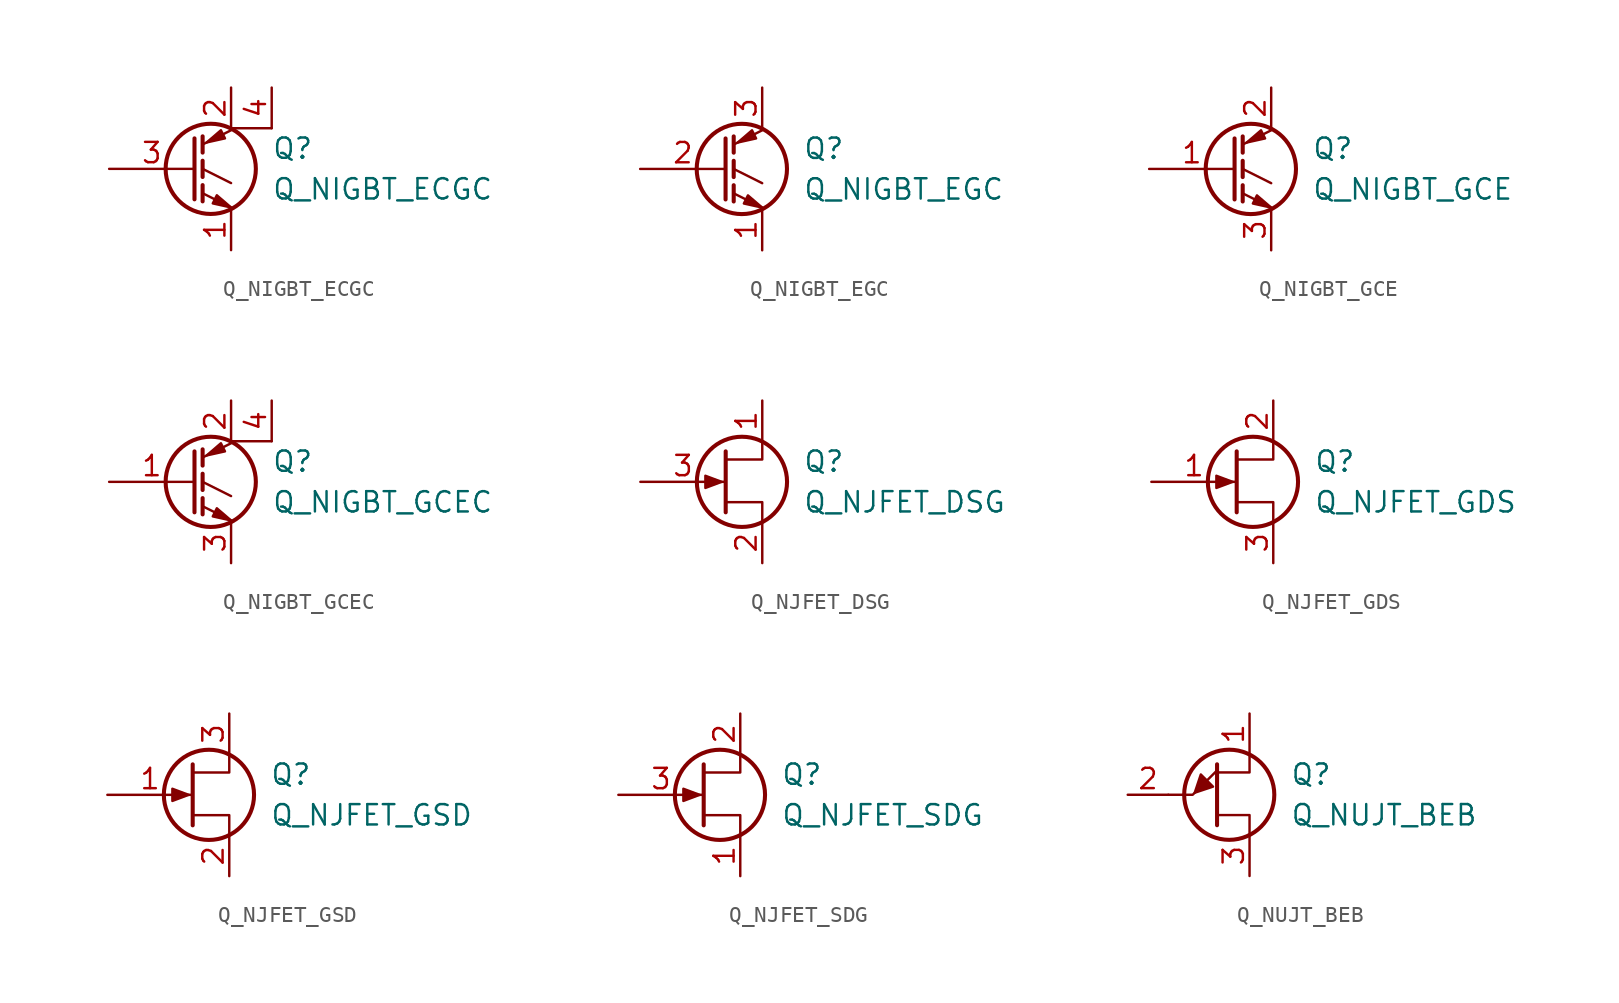
<source format=kicad_sym>
(kicad_symbol_lib
  (version 20241209)
  (generator "kicad_symbol_editor")
  (generator_version "9.0")
  (symbol "Q_NIGBT_ECGC"
    (pin_names
      (offset 0)
      (hide yes))
    (property "Reference" "Q"
      (at 5.08 1.27 0)
      (effects (font (size 1.27 1.27)) (justify left)))
    (property "Value" "Q_NIGBT_ECGC"
      (at 5.08 -1.27 0)
      (effects (font (size 1.27 1.27)) (justify left)))
    (symbol "Q_NIGBT_ECGC_0_1"
      (polyline (pts (xy 0.254 1.905) (xy 0.254 -1.905) (xy 0.254 -1.905)) (stroke (width 0.254) (type default)) (fill (type none)))
      (polyline (pts (xy 0.762 2.032) (xy 0.762 1.016)) (stroke (width 0.254) (type default)) (fill (type none)))
      (polyline (pts (xy 0.762 0.508) (xy 0.762 -0.508)) (stroke (width 0.254) (type default)) (fill (type none)))
      (polyline (pts (xy 0.762 -1.016) (xy 0.762 -2.032)) (stroke (width 0.254) (type default)) (fill (type none)))
      (circle (center 1.27 0) (radius 2.819) (stroke (width 0.254) (type default)) (fill (type none)))
      (polyline (pts (xy 1.397 -2.159) (xy 1.651 -1.651) (xy 2.54 -2.413) (xy 1.397 -2.159)) (stroke (width 0) (type default)) (fill (type outline)))
      (polyline (pts (xy 2.159 1.905) (xy 1.905 2.413) (xy 1.016 1.651) (xy 2.159 1.905)) (stroke (width 0) (type default)) (fill (type outline)))
      (polyline (pts (xy 2.54 2.54) (xy 5.08 2.54)) (stroke (width 0) (type default)) (fill (type none)))
      (polyline (pts (xy 2.54 2.413) (xy 0.762 1.524)) (stroke (width 0) (type default)) (fill (type none)))
      (polyline (pts (xy 2.54 -0.889) (xy 0.762 0)) (stroke (width 0) (type default)) (fill (type none)))
      (polyline (pts (xy 2.54 -2.413) (xy 0.762 -1.524)) (stroke (width 0) (type default)) (fill (type none))))
    (symbol "Q_NIGBT_ECGC_1_1"
      (pin input line (at -5.08 0 0) (length 5.334) (name "G" (effects (font (size 1.27 1.27)))) (number "3" (effects (font (size 1.27 1.27)))))
      (pin passive line (at 2.54 5.08 270) (length 2.54) (name "C" (effects (font (size 1.27 1.27)))) (number "2" (effects (font (size 1.27 1.27)))))
      (pin passive line (at 2.54 -5.08 90) (length 2.54) (name "E" (effects (font (size 1.27 1.27)))) (number "1" (effects (font (size 1.27 1.27)))))
      (pin passive line (at 5.08 5.08 270) (length 2.54) (name "C" (effects (font (size 1.27 1.27)))) (number "4" (effects (font (size 1.27 1.27)))))))
  (symbol "Q_NIGBT_EGC"
    (pin_names
      (offset 0)
      (hide yes))
    (property "Reference" "Q"
      (at 5.08 1.27 0)
      (effects (font (size 1.27 1.27)) (justify left)))
    (property "Value" "Q_NIGBT_EGC"
      (at 5.08 -1.27 0)
      (effects (font (size 1.27 1.27)) (justify left)))
    (symbol "Q_NIGBT_EGC_0_1"
      (polyline (pts (xy 0.254 1.905) (xy 0.254 -1.905) (xy 0.254 -1.905)) (stroke (width 0.254) (type default)) (fill (type none)))
      (polyline (pts (xy 0.762 2.032) (xy 0.762 1.016)) (stroke (width 0.254) (type default)) (fill (type none)))
      (polyline (pts (xy 0.762 0.508) (xy 0.762 -0.508)) (stroke (width 0.254) (type default)) (fill (type none)))
      (polyline (pts (xy 0.762 -1.016) (xy 0.762 -2.032)) (stroke (width 0.254) (type default)) (fill (type none)))
      (circle (center 1.27 0) (radius 2.819) (stroke (width 0.254) (type default)) (fill (type none)))
      (polyline (pts (xy 1.397 -2.159) (xy 1.651 -1.651) (xy 2.54 -2.413) (xy 1.397 -2.159)) (stroke (width 0) (type default)) (fill (type outline)))
      (polyline (pts (xy 2.159 1.905) (xy 1.905 2.413) (xy 1.016 1.651) (xy 2.159 1.905)) (stroke (width 0) (type default)) (fill (type outline)))
      (polyline (pts (xy 2.54 2.413) (xy 0.762 1.524)) (stroke (width 0) (type default)) (fill (type none)))
      (polyline (pts (xy 2.54 -0.889) (xy 0.762 0)) (stroke (width 0) (type default)) (fill (type none)))
      (polyline (pts (xy 2.54 -2.413) (xy 0.762 -1.524)) (stroke (width 0) (type default)) (fill (type none))))
    (symbol "Q_NIGBT_EGC_1_1"
      (pin input line (at -5.08 0 0) (length 5.334) (name "G" (effects (font (size 1.27 1.27)))) (number "2" (effects (font (size 1.27 1.27)))))
      (pin passive line (at 2.54 5.08 270) (length 2.54) (name "C" (effects (font (size 1.27 1.27)))) (number "3" (effects (font (size 1.27 1.27)))))
      (pin passive line (at 2.54 -5.08 90) (length 2.54) (name "E" (effects (font (size 1.27 1.27)))) (number "1" (effects (font (size 1.27 1.27)))))))
  (symbol "Q_NIGBT_GCE"
    (pin_names
      (offset 0)
      (hide yes))
    (property "Reference" "Q"
      (at 5.08 1.27 0)
      (effects (font (size 1.27 1.27)) (justify left)))
    (property "Value" "Q_NIGBT_GCE"
      (at 5.08 -1.27 0)
      (effects (font (size 1.27 1.27)) (justify left)))
    (symbol "Q_NIGBT_GCE_0_1"
      (polyline (pts (xy 0.254 1.905) (xy 0.254 -1.905) (xy 0.254 -1.905)) (stroke (width 0.254) (type default)) (fill (type none)))
      (polyline (pts (xy 0.762 2.032) (xy 0.762 1.016)) (stroke (width 0.254) (type default)) (fill (type none)))
      (polyline (pts (xy 0.762 0.508) (xy 0.762 -0.508)) (stroke (width 0.254) (type default)) (fill (type none)))
      (polyline (pts (xy 0.762 -1.016) (xy 0.762 -2.032)) (stroke (width 0.254) (type default)) (fill (type none)))
      (circle (center 1.27 0) (radius 2.819) (stroke (width 0.254) (type default)) (fill (type none)))
      (polyline (pts (xy 1.397 -2.159) (xy 1.651 -1.651) (xy 2.54 -2.413) (xy 1.397 -2.159)) (stroke (width 0) (type default)) (fill (type outline)))
      (polyline (pts (xy 2.159 1.905) (xy 1.905 2.413) (xy 1.016 1.651) (xy 2.159 1.905)) (stroke (width 0) (type default)) (fill (type outline)))
      (polyline (pts (xy 2.54 2.413) (xy 0.762 1.524)) (stroke (width 0) (type default)) (fill (type none)))
      (polyline (pts (xy 2.54 -0.889) (xy 0.762 0)) (stroke (width 0) (type default)) (fill (type none)))
      (polyline (pts (xy 2.54 -2.413) (xy 0.762 -1.524)) (stroke (width 0) (type default)) (fill (type none))))
    (symbol "Q_NIGBT_GCE_1_1"
      (pin input line (at -5.08 0 0) (length 5.334) (name "G" (effects (font (size 1.27 1.27)))) (number "1" (effects (font (size 1.27 1.27)))))
      (pin passive line (at 2.54 5.08 270) (length 2.54) (name "C" (effects (font (size 1.27 1.27)))) (number "2" (effects (font (size 1.27 1.27)))))
      (pin passive line (at 2.54 -5.08 90) (length 2.54) (name "E" (effects (font (size 1.27 1.27)))) (number "3" (effects (font (size 1.27 1.27)))))))
  (symbol "Q_NIGBT_GCEC"
    (pin_names
      (offset 0)
      (hide yes))
    (property "Reference" "Q"
      (at 5.08 1.27 0)
      (effects (font (size 1.27 1.27)) (justify left)))
    (property "Value" "Q_NIGBT_GCEC"
      (at 5.08 -1.27 0)
      (effects (font (size 1.27 1.27)) (justify left)))
    (symbol "Q_NIGBT_GCEC_0_1"
      (polyline (pts (xy 0.254 1.905) (xy 0.254 -1.905) (xy 0.254 -1.905)) (stroke (width 0.254) (type default)) (fill (type none)))
      (polyline (pts (xy 0.762 2.032) (xy 0.762 1.016)) (stroke (width 0.254) (type default)) (fill (type none)))
      (polyline (pts (xy 0.762 0.508) (xy 0.762 -0.508)) (stroke (width 0.254) (type default)) (fill (type none)))
      (polyline (pts (xy 0.762 -1.016) (xy 0.762 -2.032)) (stroke (width 0.254) (type default)) (fill (type none)))
      (circle (center 1.27 0) (radius 2.819) (stroke (width 0.254) (type default)) (fill (type none)))
      (polyline (pts (xy 1.397 -2.159) (xy 1.651 -1.651) (xy 2.54 -2.413) (xy 1.397 -2.159)) (stroke (width 0) (type default)) (fill (type outline)))
      (polyline (pts (xy 2.159 1.905) (xy 1.905 2.413) (xy 1.016 1.651) (xy 2.159 1.905)) (stroke (width 0) (type default)) (fill (type outline)))
      (polyline (pts (xy 2.54 2.54) (xy 5.08 2.54)) (stroke (width 0) (type default)) (fill (type none)))
      (polyline (pts (xy 2.54 2.413) (xy 0.762 1.524)) (stroke (width 0) (type default)) (fill (type none)))
      (polyline (pts (xy 2.54 -0.889) (xy 0.762 0)) (stroke (width 0) (type default)) (fill (type none)))
      (polyline (pts (xy 2.54 -2.413) (xy 0.762 -1.524)) (stroke (width 0) (type default)) (fill (type none))))
    (symbol "Q_NIGBT_GCEC_1_1"
      (pin input line (at -5.08 0 0) (length 5.334) (name "G" (effects (font (size 1.27 1.27)))) (number "1" (effects (font (size 1.27 1.27)))))
      (pin passive line (at 2.54 5.08 270) (length 2.54) (name "C" (effects (font (size 1.27 1.27)))) (number "2" (effects (font (size 1.27 1.27)))))
      (pin passive line (at 2.54 -5.08 90) (length 2.54) (name "E" (effects (font (size 1.27 1.27)))) (number "3" (effects (font (size 1.27 1.27)))))
      (pin passive line (at 5.08 5.08 270) (length 2.54) (name "C" (effects (font (size 1.27 1.27)))) (number "4" (effects (font (size 1.27 1.27)))))))
  (symbol "Q_NJFET_DSG"
    (pin_names
      (offset 0)
      (hide yes))
    (property "Reference" "Q"
      (at 5.08 1.27 0)
      (effects (font (size 1.27 1.27)) (justify left)))
    (property "Value" "Q_NJFET_DSG"
      (at 5.08 -1.27 0)
      (effects (font (size 1.27 1.27)) (justify left)))
    (symbol "Q_NJFET_DSG_0_1"
      (polyline (pts (xy 0 0) (xy -1.016 0.381) (xy -1.016 -0.381) (xy 0 0)) (stroke (width 0) (type default)) (fill (type outline)))
      (polyline (pts (xy 0.254 1.905) (xy 0.254 -1.905) (xy 0.254 -1.905)) (stroke (width 0.254) (type default)) (fill (type none)))
      (circle (center 1.27 0) (radius 2.819) (stroke (width 0.254) (type default)) (fill (type none)))
      (polyline (pts (xy 2.54 2.54) (xy 2.54 1.397) (xy 0.254 1.397)) (stroke (width 0) (type default)) (fill (type none)))
      (polyline (pts (xy 2.54 -2.54) (xy 2.54 -1.27) (xy 0.254 -1.27)) (stroke (width 0) (type default)) (fill (type none))))
    (symbol "Q_NJFET_DSG_1_1"
      (pin input line (at -5.08 0 0) (length 5.334) (name "G" (effects (font (size 1.27 1.27)))) (number "3" (effects (font (size 1.27 1.27)))))
      (pin passive line (at 2.54 5.08 270) (length 2.54) (name "D" (effects (font (size 1.27 1.27)))) (number "1" (effects (font (size 1.27 1.27)))))
      (pin passive line (at 2.54 -5.08 90) (length 2.54) (name "S" (effects (font (size 1.27 1.27)))) (number "2" (effects (font (size 1.27 1.27)))))))
  (symbol "Q_NJFET_GDS"
    (pin_names
      (offset 0)
      (hide yes))
    (property "Reference" "Q"
      (at 5.08 1.27 0)
      (effects (font (size 1.27 1.27)) (justify left)))
    (property "Value" "Q_NJFET_GDS"
      (at 5.08 -1.27 0)
      (effects (font (size 1.27 1.27)) (justify left)))
    (symbol "Q_NJFET_GDS_0_1"
      (polyline (pts (xy 0 0) (xy -1.016 0.381) (xy -1.016 -0.381) (xy 0 0)) (stroke (width 0) (type default)) (fill (type outline)))
      (polyline (pts (xy 0.254 1.905) (xy 0.254 -1.905) (xy 0.254 -1.905)) (stroke (width 0.254) (type default)) (fill (type none)))
      (circle (center 1.27 0) (radius 2.819) (stroke (width 0.254) (type default)) (fill (type none)))
      (polyline (pts (xy 2.54 2.54) (xy 2.54 1.397) (xy 0.254 1.397)) (stroke (width 0) (type default)) (fill (type none)))
      (polyline (pts (xy 2.54 -2.54) (xy 2.54 -1.27) (xy 0.254 -1.27)) (stroke (width 0) (type default)) (fill (type none))))
    (symbol "Q_NJFET_GDS_1_1"
      (pin input line (at -5.08 0 0) (length 5.334) (name "G" (effects (font (size 1.27 1.27)))) (number "1" (effects (font (size 1.27 1.27)))))
      (pin passive line (at 2.54 5.08 270) (length 2.54) (name "D" (effects (font (size 1.27 1.27)))) (number "2" (effects (font (size 1.27 1.27)))))
      (pin passive line (at 2.54 -5.08 90) (length 2.54) (name "S" (effects (font (size 1.27 1.27)))) (number "3" (effects (font (size 1.27 1.27)))))))
  (symbol "Q_NJFET_GSD"
    (pin_names
      (offset 0)
      (hide yes))
    (property "Reference" "Q"
      (at 5.08 1.27 0)
      (effects (font (size 1.27 1.27)) (justify left)))
    (property "Value" "Q_NJFET_GSD"
      (at 5.08 -1.27 0)
      (effects (font (size 1.27 1.27)) (justify left)))
    (symbol "Q_NJFET_GSD_0_1"
      (polyline (pts (xy 0 0) (xy -1.016 0.381) (xy -1.016 -0.381) (xy 0 0)) (stroke (width 0) (type default)) (fill (type outline)))
      (polyline (pts (xy 0.254 1.905) (xy 0.254 -1.905) (xy 0.254 -1.905)) (stroke (width 0.254) (type default)) (fill (type none)))
      (circle (center 1.27 0) (radius 2.819) (stroke (width 0.254) (type default)) (fill (type none)))
      (polyline (pts (xy 2.54 2.54) (xy 2.54 1.397) (xy 0.254 1.397)) (stroke (width 0) (type default)) (fill (type none)))
      (polyline (pts (xy 2.54 -2.54) (xy 2.54 -1.27) (xy 0.254 -1.27)) (stroke (width 0) (type default)) (fill (type none))))
    (symbol "Q_NJFET_GSD_1_1"
      (pin input line (at -5.08 0 0) (length 5.334) (name "G" (effects (font (size 1.27 1.27)))) (number "1" (effects (font (size 1.27 1.27)))))
      (pin passive line (at 2.54 5.08 270) (length 2.54) (name "D" (effects (font (size 1.27 1.27)))) (number "3" (effects (font (size 1.27 1.27)))))
      (pin passive line (at 2.54 -5.08 90) (length 2.54) (name "S" (effects (font (size 1.27 1.27)))) (number "2" (effects (font (size 1.27 1.27)))))))
  (symbol "Q_NJFET_SDG"
    (pin_names
      (offset 0)
      (hide yes))
    (property "Reference" "Q"
      (at 5.08 1.27 0)
      (effects (font (size 1.27 1.27)) (justify left)))
    (property "Value" "Q_NJFET_SDG"
      (at 5.08 -1.27 0)
      (effects (font (size 1.27 1.27)) (justify left)))
    (symbol "Q_NJFET_SDG_0_1"
      (polyline (pts (xy 0 0) (xy -1.016 0.381) (xy -1.016 -0.381) (xy 0 0)) (stroke (width 0) (type default)) (fill (type outline)))
      (polyline (pts (xy 0.254 1.905) (xy 0.254 -1.905) (xy 0.254 -1.905)) (stroke (width 0.254) (type default)) (fill (type none)))
      (circle (center 1.27 0) (radius 2.819) (stroke (width 0.254) (type default)) (fill (type none)))
      (polyline (pts (xy 2.54 2.54) (xy 2.54 1.397) (xy 0.254 1.397)) (stroke (width 0) (type default)) (fill (type none)))
      (polyline (pts (xy 2.54 -2.54) (xy 2.54 -1.27) (xy 0.254 -1.27)) (stroke (width 0) (type default)) (fill (type none))))
    (symbol "Q_NJFET_SDG_1_1"
      (pin input line (at -5.08 0 0) (length 5.334) (name "G" (effects (font (size 1.27 1.27)))) (number "3" (effects (font (size 1.27 1.27)))))
      (pin passive line (at 2.54 5.08 270) (length 2.54) (name "D" (effects (font (size 1.27 1.27)))) (number "2" (effects (font (size 1.27 1.27)))))
      (pin passive line (at 2.54 -5.08 90) (length 2.54) (name "S" (effects (font (size 1.27 1.27)))) (number "1" (effects (font (size 1.27 1.27)))))))
  (symbol "Q_NUJT_BEB"
    (pin_names
      (offset 0)
      (hide yes))
    (property "Reference" "Q"
      (at 5.08 1.27 0)
      (effects (font (size 1.27 1.27)) (justify left)))
    (property "Value" "Q_NUJT_BEB"
      (at 5.08 -1.27 0)
      (effects (font (size 1.27 1.27)) (justify left)))
    (symbol "Q_NUJT_BEB_0_1"
      (polyline (pts (xy -2.54 0) (xy -1.016 0) (xy 0.508 1.524)) (stroke (width 0) (type default)) (fill (type none)))
      (polyline (pts (xy -0.889 0.127) (xy -0.508 1.27) (xy 0.254 0.508) (xy -0.889 0.127)) (stroke (width 0) (type default)) (fill (type outline)))
      (polyline (pts (xy 0.508 1.905) (xy 0.508 -1.905) (xy 0.508 -1.905)) (stroke (width 0.254) (type default)) (fill (type none)))
      (circle (center 1.27 0) (radius 2.819) (stroke (width 0.254) (type default)) (fill (type none)))
      (polyline (pts (xy 2.54 2.54) (xy 2.54 1.397) (xy 0.508 1.397)) (stroke (width 0) (type default)) (fill (type none)))
      (polyline (pts (xy 2.54 -2.54) (xy 2.54 -1.27) (xy 0.508 -1.27)) (stroke (width 0) (type default)) (fill (type none))))
    (symbol "Q_NUJT_BEB_1_1"
      (pin input line (at -5.08 0 0) (length 2.54) (name "E" (effects (font (size 1.27 1.27)))) (number "2" (effects (font (size 1.27 1.27)))))
      (pin passive line (at 2.54 5.08 270) (length 2.54) (name "B2" (effects (font (size 1.27 1.27)))) (number "1" (effects (font (size 1.27 1.27)))))
      (pin passive line (at 2.54 -5.08 90) (length 2.54) (name "B1" (effects (font (size 1.27 1.27)))) (number "3" (effects (font (size 1.27 1.27))))))))
</source>
